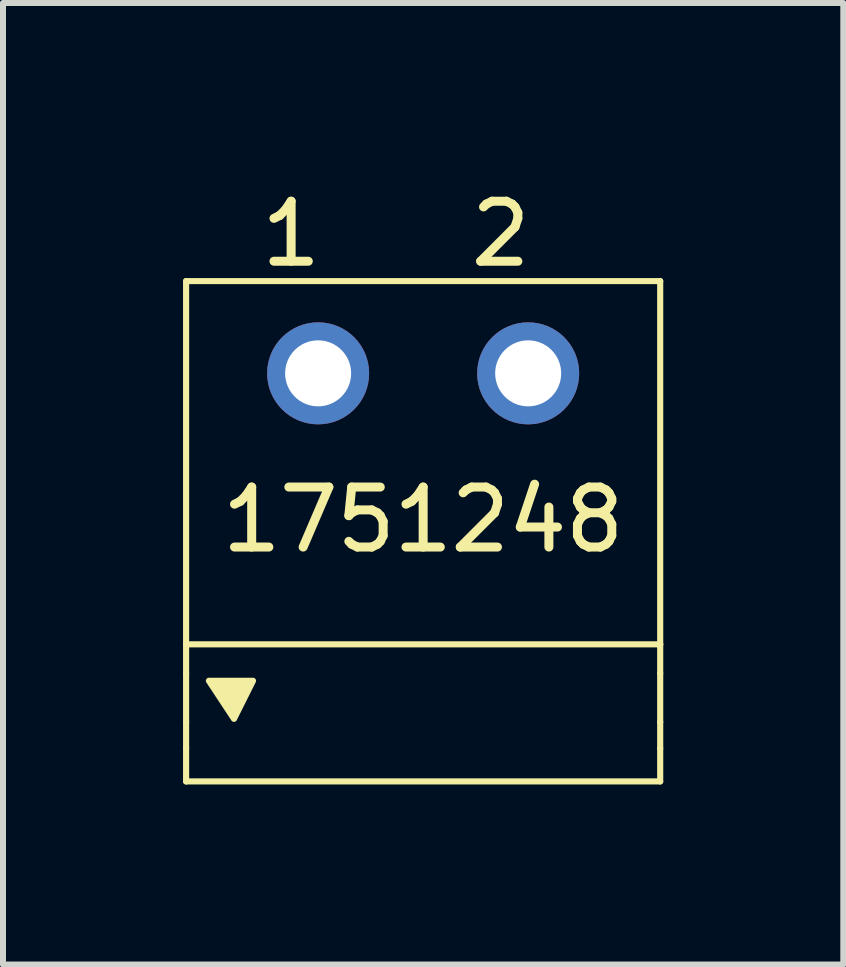
<source format=kicad_pcb>
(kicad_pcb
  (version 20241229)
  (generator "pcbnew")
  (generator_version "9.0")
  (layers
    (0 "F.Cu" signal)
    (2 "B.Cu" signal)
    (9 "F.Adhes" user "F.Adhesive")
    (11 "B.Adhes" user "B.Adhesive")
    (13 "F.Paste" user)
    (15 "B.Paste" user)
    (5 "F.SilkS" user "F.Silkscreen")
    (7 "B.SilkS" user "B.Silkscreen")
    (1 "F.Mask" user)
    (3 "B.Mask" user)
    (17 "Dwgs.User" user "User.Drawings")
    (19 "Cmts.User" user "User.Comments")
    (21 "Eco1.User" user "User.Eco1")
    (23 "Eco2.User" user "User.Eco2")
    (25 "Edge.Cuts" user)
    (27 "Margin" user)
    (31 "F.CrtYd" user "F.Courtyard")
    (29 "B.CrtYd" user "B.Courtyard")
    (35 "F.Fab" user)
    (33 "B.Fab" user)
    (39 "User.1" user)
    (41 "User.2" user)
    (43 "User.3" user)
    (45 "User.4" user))
  (footprint "1751248"
    (layer "F.Cu")
    (at 4.001 3.071)
    (property "Reference" "1751248" (at 0 2.54 180) (layer "F.SilkS") (effects (font (size 1 1) (thickness 0.15))))
    (attr through_hole)
    (fp_line (start -3.95 4.616) (end -3.95 -1.437) (stroke (width 0.102) (type solid)) (layer "F.SilkS"))
    (fp_line (start -3.95 4.616) (end -3.95 5.099) (stroke (width 0.102) (type solid)) (layer "F.SilkS"))
    (fp_line (start -3.95 4.616) (end 3.95 4.616) (stroke (width 0.102) (type solid)) (layer "F.SilkS"))
    (fp_line (start -3.95 5.099) (end -3.95 5.911) (stroke (width 0.102) (type solid)) (layer "F.SilkS"))
    (fp_line (start -3.95 5.911) (end -3.95 6.35) (stroke (width 0.102) (type solid)) (layer "F.SilkS"))
    (fp_line (start -3.95 6.35) (end -3.95 6.9) (stroke (width 0.102) (type solid)) (layer "F.SilkS"))
    (fp_line (start -3.95 6.9) (end 3.95 6.9) (stroke (width 0.102) (type solid)) (layer "F.SilkS"))
    (fp_line (start 3.95 -1.437) (end -3.95 -1.437) (stroke (width 0.102) (type solid)) (layer "F.SilkS"))
    (fp_line (start 3.95 4.616) (end 3.95 -1.437) (stroke (width 0.102) (type solid)) (layer "F.SilkS"))
    (fp_line (start 3.95 4.616) (end 3.95 5.099) (stroke (width 0.102) (type solid)) (layer "F.SilkS"))
    (fp_line (start 3.95 5.099) (end 3.95 5.911) (stroke (width 0.102) (type solid)) (layer "F.SilkS"))
    (fp_line (start 3.95 5.911) (end 3.95 6.35) (stroke (width 0.102) (type solid)) (layer "F.SilkS"))
    (fp_line (start 3.95 6.35) (end 3.95 6.9) (stroke (width 0.102) (type solid)) (layer "F.SilkS"))
    (fp_poly (pts (xy -3.152 5.857) (xy -3.57 5.223) (xy -2.835 5.223)) (stroke (width 0.102) (type solid)) (fill yes) (layer "F.SilkS"))
    (fp_text user "1" (at -2.2 -2.223 0) (layer "F.SilkS") (effects (font (size 1 1) (thickness 0.15))))
    (fp_text user "2" (at 1.292 -2.223 0) (layer "F.SilkS") (effects (font (size 1 1) (thickness 0.15))))
    (pad "1" thru_hole circle (at -1.75 0.1) (size 1.7 1.7) (drill 1.1) (layers "*.Cu" "*.Mask"))
    (pad "2" thru_hole circle (at 1.75 0.1) (size 1.7 1.7) (drill 1.1) (layers "*.Cu" "*.Mask")))
  (gr_rect
    (start -3 -3)
    (end 11.002 13.022)
    (stroke (width 0.1) (type default))
    (fill no)
    (layer "Edge.Cuts")))
</source>
